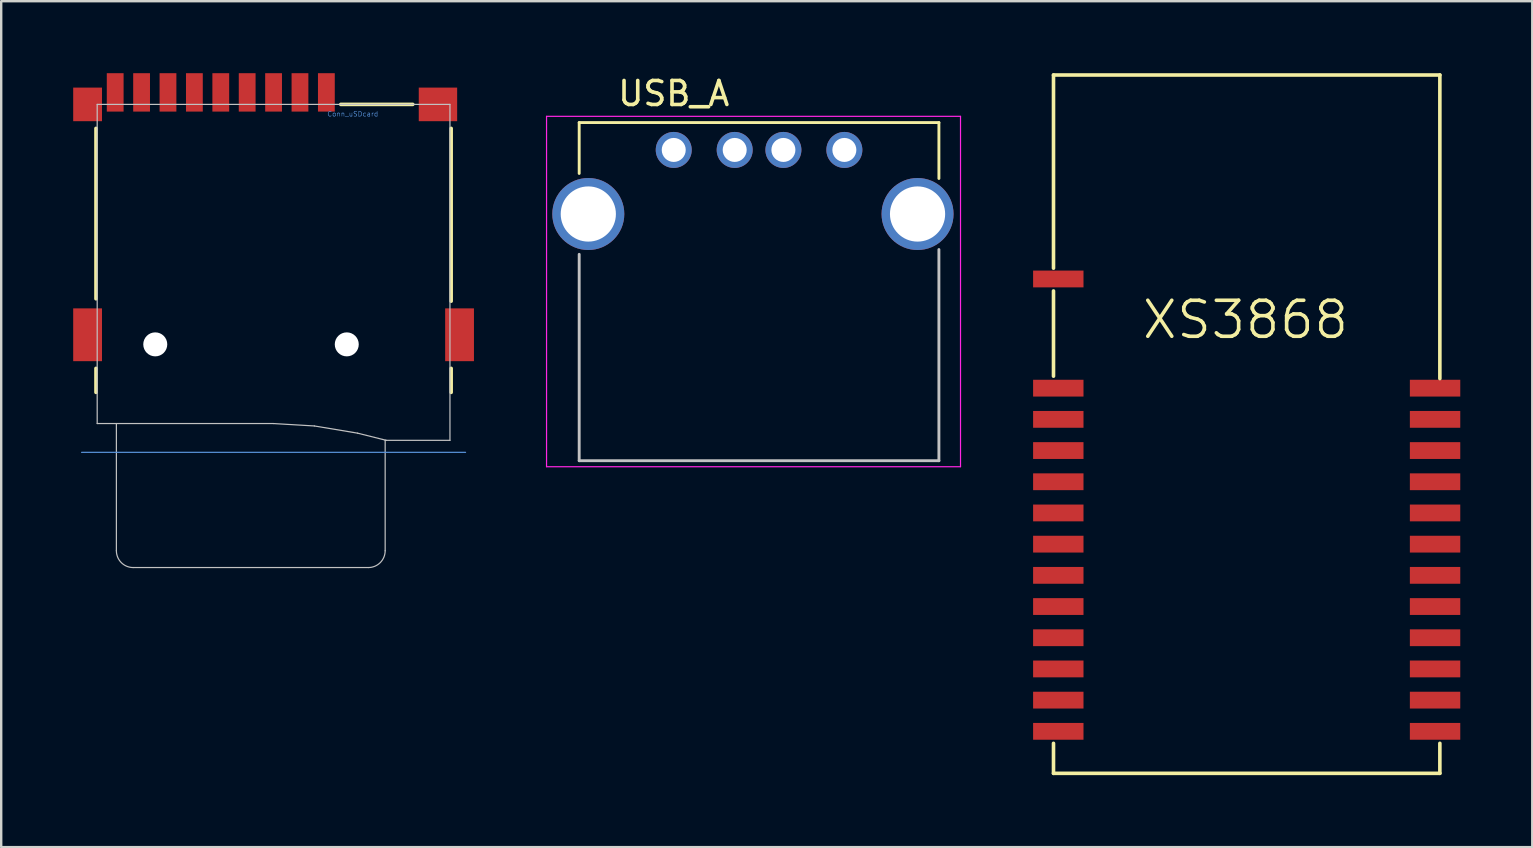
<source format=kicad_pcb>
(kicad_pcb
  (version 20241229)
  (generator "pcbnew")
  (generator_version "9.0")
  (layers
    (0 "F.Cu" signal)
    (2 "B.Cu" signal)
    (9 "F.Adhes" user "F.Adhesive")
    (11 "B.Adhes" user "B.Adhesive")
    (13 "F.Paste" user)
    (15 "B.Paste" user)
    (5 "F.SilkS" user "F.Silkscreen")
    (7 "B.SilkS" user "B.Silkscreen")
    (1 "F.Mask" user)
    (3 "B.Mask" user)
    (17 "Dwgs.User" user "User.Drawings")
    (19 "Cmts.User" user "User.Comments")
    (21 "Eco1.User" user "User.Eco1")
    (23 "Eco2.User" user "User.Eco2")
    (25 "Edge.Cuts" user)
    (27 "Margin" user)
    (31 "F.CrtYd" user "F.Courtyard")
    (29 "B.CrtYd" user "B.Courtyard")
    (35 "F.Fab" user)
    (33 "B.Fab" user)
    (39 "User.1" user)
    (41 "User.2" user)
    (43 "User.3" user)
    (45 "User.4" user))
  (footprint "Conn_uSDcard"
    (layer "F.Cu")
    (at 8.35 11.3)
    (property "Reference" "Conn_uSDcard" (at 3.3 -9.6 180) (layer "Cmts.User") (effects (font (size 0.2 0.2) (thickness 0.02))))
    (attr through_hole)
    (fp_line (start -7.4 -1.9) (end -7.4 -9) (stroke (width 0.15) (type solid)) (layer "F.SilkS"))
    (fp_line (start -7.4 2) (end -7.4 1) (stroke (width 0.15) (type solid)) (layer "F.SilkS"))
    (fp_line (start 2.8 -10) (end 5.8 -10) (stroke (width 0.15) (type solid)) (layer "F.SilkS"))
    (fp_line (start 7.4 -9) (end 7.4 -1.8) (stroke (width 0.15) (type solid)) (layer "F.SilkS"))
    (fp_line (start 7.4 1) (end 7.4 2) (stroke (width 0.15) (type solid)) (layer "F.SilkS"))
    (fp_line (start -7.35 -10) (end -7.35 3.3) (stroke (width 0.05) (type solid)) (layer "Dwgs.User"))
    (fp_line (start -7.35 -10) (end 7.35 -10) (stroke (width 0.05) (type solid)) (layer "Dwgs.User"))
    (fp_line (start -7.35 3.3) (end 0 3.3) (stroke (width 0.05) (type solid)) (layer "Dwgs.User"))
    (fp_line (start -6.55 8.6) (end -6.55 3.3) (stroke (width 0.05) (type solid)) (layer "Dwgs.User"))
    (fp_line (start -5.85 9.3) (end 3.95 9.3) (stroke (width 0.05) (type solid)) (layer "Dwgs.User"))
    (fp_line (start 0 3.3) (end 1.7 3.4) (stroke (width 0.05) (type solid)) (layer "Dwgs.User"))
    (fp_line (start 1.7 3.4) (end 3.5 3.7) (stroke (width 0.05) (type solid)) (layer "Dwgs.User"))
    (fp_line (start 3.5 3.7) (end 4.7 4) (stroke (width 0.05) (type solid)) (layer "Dwgs.User"))
    (fp_line (start 4.65 4) (end 7.35 4) (stroke (width 0.05) (type solid)) (layer "Dwgs.User"))
    (fp_line (start 4.65 8.6) (end 4.65 4) (stroke (width 0.05) (type solid)) (layer "Dwgs.User"))
    (fp_line (start 7.35 -10) (end 7.35 4) (stroke (width 0.05) (type solid)) (layer "Dwgs.User"))
    (fp_arc (start -5.85 9.3) (mid -6.344975 9.094975) (end -6.55 8.6) (stroke (width 0.05) (type solid)) (layer "Dwgs.User"))
    (fp_arc (start 4.65 8.6) (mid 4.444975 9.094975) (end 3.95 9.3) (stroke (width 0.05) (type solid)) (layer "Dwgs.User"))
    (fp_line (start 8 4.5) (end -8 4.5) (stroke (width 0.05) (type solid)) (layer "Cmts.User"))
    (pad "" np_thru_hole circle (at -4.93 0) (size 1 1) (drill 1) (layers "*.Cu"))
    (pad "" np_thru_hole circle (at 3.05 0) (size 1 1) (drill 1) (layers "*.Cu"))
    (pad "1" smd rect (at 2.2 -10.5) (size 0.7 1.6) (layers "F.Cu" "F.Mask" "F.Paste"))
    (pad "2" smd rect (at 1.1 -10.5) (size 0.7 1.6) (layers "F.Cu" "F.Mask" "F.Paste"))
    (pad "3" smd rect (at 0 -10.5) (size 0.7 1.6) (layers "F.Cu" "F.Mask" "F.Paste"))
    (pad "4" smd rect (at -1.1 -10.5) (size 0.7 1.6) (layers "F.Cu" "F.Mask" "F.Paste"))
    (pad "5" smd rect (at -2.2 -10.5) (size 0.7 1.6) (layers "F.Cu" "F.Mask" "F.Paste"))
    (pad "6" smd rect (at -7.75 -10) (size 1.2 1.4) (layers "F.Cu" "F.Mask" "F.Paste"))
    (pad "6" smd rect (at -7.75 -0.4) (size 1.2 2.2) (layers "F.Cu" "F.Mask" "F.Paste"))
    (pad "6" smd rect (at -3.3 -10.5) (size 0.7 1.6) (layers "F.Cu" "F.Mask" "F.Paste"))
    (pad "6" smd rect (at 6.85 -10) (size 1.6 1.4) (layers "F.Cu" "F.Mask" "F.Paste"))
    (pad "6" smd rect (at 7.75 -0.4) (size 1.2 2.2) (layers "F.Cu" "F.Mask" "F.Paste"))
    (pad "7" smd rect (at -4.4 -10.5) (size 0.7 1.6) (layers "F.Cu" "F.Mask" "F.Paste"))
    (pad "8" smd rect (at -5.5 -10.5) (size 0.7 1.6) (layers "F.Cu" "F.Mask" "F.Paste"))
    (pad "9" smd rect (at -6.6 -10.5) (size 0.7 1.6) (layers "F.Cu" "F.Mask" "F.Paste")))
  (footprint "XS3868"
    (layer "F.Cu")
    (at 41.05 28.975)
    (property "Reference" "XS3868" (at 7.8 -18.7 0) (layer "F.SilkS") (effects (font (size 1.5 1.5) (thickness 0.15))))
    (attr through_hole)
    (fp_line (start -0.2 -28.9) (end -0.2 -20.85) (stroke (width 0.15) (type solid)) (layer "F.SilkS"))
    (fp_line (start -0.2 -19.9) (end -0.2 -16.35) (stroke (width 0.15) (type solid)) (layer "F.SilkS"))
    (fp_line (start -0.2 -1.05) (end -0.2 0.2) (stroke (width 0.15) (type solid)) (layer "F.SilkS"))
    (fp_line (start -0.2 0.2) (end 15.9 0.2) (stroke (width 0.15) (type solid)) (layer "F.SilkS"))
    (fp_line (start 15.9 -28.9) (end -0.2 -28.9) (stroke (width 0.15) (type solid)) (layer "F.SilkS"))
    (fp_line (start 15.9 -16.25) (end 15.9 -28.9) (stroke (width 0.15) (type solid)) (layer "F.SilkS"))
    (fp_line (start 15.9 0.2) (end 15.9 -1.05) (stroke (width 0.15) (type solid)) (layer "F.SilkS"))
    (pad "1" smd rect (at 0 -20.4) (size 2.1 0.7) (layers "F.Cu" "F.Mask" "F.Paste"))
    (pad "2" smd rect (at 0 -15.85) (size 2.1 0.7) (layers "F.Cu" "F.Mask" "F.Paste"))
    (pad "3" smd rect (at 0 -14.55) (size 2.1 0.7) (layers "F.Cu" "F.Mask" "F.Paste"))
    (pad "4" smd rect (at 0 -13.25) (size 2.1 0.7) (layers "F.Cu" "F.Mask" "F.Paste"))
    (pad "5" smd rect (at 0 -11.95) (size 2.1 0.7) (layers "F.Cu" "F.Mask" "F.Paste"))
    (pad "6" smd rect (at 0 -10.65) (size 2.1 0.7) (layers "F.Cu" "F.Mask" "F.Paste"))
    (pad "7" smd rect (at 0 -9.35) (size 2.1 0.7) (layers "F.Cu" "F.Mask" "F.Paste"))
    (pad "8" smd rect (at 0 -8.05) (size 2.1 0.7) (layers "F.Cu" "F.Mask" "F.Paste"))
    (pad "9" smd rect (at 0 -6.75) (size 2.1 0.7) (layers "F.Cu" "F.Mask" "F.Paste"))
    (pad "10" smd rect (at 0 -5.45) (size 2.1 0.7) (layers "F.Cu" "F.Mask" "F.Paste"))
    (pad "11" smd rect (at 0 -4.15) (size 2.1 0.7) (layers "F.Cu" "F.Mask" "F.Paste"))
    (pad "12" smd rect (at 0 -2.85) (size 2.1 0.7) (layers "F.Cu" "F.Mask" "F.Paste"))
    (pad "13" smd rect (at 0 -1.55) (size 2.1 0.7) (layers "F.Cu" "F.Mask" "F.Paste"))
    (pad "14" smd rect (at 15.7 -1.55) (size 2.1 0.7) (layers "F.Cu" "F.Mask" "F.Paste"))
    (pad "15" smd rect (at 15.7 -2.85) (size 2.1 0.7) (layers "F.Cu" "F.Mask" "F.Paste"))
    (pad "16" smd rect (at 15.7 -4.15) (size 2.1 0.7) (layers "F.Cu" "F.Mask" "F.Paste"))
    (pad "17" smd rect (at 15.7 -5.45) (size 2.1 0.7) (layers "F.Cu" "F.Mask" "F.Paste"))
    (pad "18" smd rect (at 15.7 -6.75) (size 2.1 0.7) (layers "F.Cu" "F.Mask" "F.Paste"))
    (pad "19" smd rect (at 15.7 -8.05) (size 2.1 0.7) (layers "F.Cu" "F.Mask" "F.Paste"))
    (pad "20" smd rect (at 15.7 -9.35) (size 2.1 0.7) (layers "F.Cu" "F.Mask" "F.Paste"))
    (pad "21" smd rect (at 15.7 -10.65) (size 2.1 0.7) (layers "F.Cu" "F.Mask" "F.Paste"))
    (pad "22" smd rect (at 15.7 -11.95) (size 2.1 0.7) (layers "F.Cu" "F.Mask" "F.Paste"))
    (pad "23" smd rect (at 15.7 -13.25) (size 2.1 0.7) (layers "F.Cu" "F.Mask" "F.Paste"))
    (pad "24" smd rect (at 15.7 -14.55) (size 2.1 0.7) (layers "F.Cu" "F.Mask" "F.Paste"))
    (pad "25" smd rect (at 15.7 -15.85) (size 2.1 0.7) (layers "F.Cu" "F.Mask" "F.Paste")))
  (footprint "USB_A"
    (layer "F.Cu")
    (at 25.025 3.198)
    (property "Reference" "USB_A" (at 0 -2.35 0) (layer "F.SilkS") (effects (font (size 1 1) (thickness 0.15))))
    (attr through_hole)
    (fp_line (start -3.94 -1.14) (end -3.94 0.98) (stroke (width 0.12) (type solid)) (layer "F.SilkS"))
    (fp_line (start 11.05 -1.14) (end -3.94 -1.14) (stroke (width 0.12) (type solid)) (layer "F.SilkS"))
    (fp_line (start 11.05 -1.14) (end 11.05 1.19) (stroke (width 0.12) (type solid)) (layer "F.SilkS"))
    (fp_line (start -3.94 4.35) (end -3.94 12.95) (stroke (width 0.12) (type solid)) (layer "Dwgs.User"))
    (fp_line (start 11.05 4.15) (end 11.05 12.95) (stroke (width 0.12) (type solid)) (layer "Dwgs.User"))
    (fp_line (start 11.05 12.95) (end -3.94 12.95) (stroke (width 0.12) (type solid)) (layer "Dwgs.User"))
    (fp_line (start -5.3 -1.4) (end 11.95 -1.4) (stroke (width 0.05) (type solid)) (layer "F.CrtYd"))
    (fp_line (start -5.3 13.2) (end -5.3 -1.4) (stroke (width 0.05) (type solid)) (layer "F.CrtYd"))
    (fp_line (start -5.3 13.2) (end 11.95 13.2) (stroke (width 0.05) (type solid)) (layer "F.CrtYd"))
    (fp_line (start 11.95 -1.4) (end 11.95 13.2) (stroke (width 0.05) (type solid)) (layer "F.CrtYd"))
    (pad "1" thru_hole circle (at 0 0 270) (size 1.5 1.5) (drill 1) (layers "*.Cu" "*.Mask"))
    (pad "2" thru_hole circle (at 2.54 0 270) (size 1.5 1.5) (drill 1) (layers "*.Cu" "*.Mask"))
    (pad "3" thru_hole circle (at 4.57 0 270) (size 1.5 1.5) (drill 1) (layers "*.Cu" "*.Mask"))
    (pad "4" thru_hole circle (at 7.11 0 270) (size 1.5 1.5) (drill 1) (layers "*.Cu" "*.Mask"))
    (pad "5" thru_hole circle (at -3.56 2.67 270) (size 3 3) (drill 2.3) (layers "*.Cu" "*.Mask"))
    (pad "5" thru_hole circle (at 10.16 2.67 270) (size 3 3) (drill 2.3) (layers "*.Cu" "*.Mask")))
  (gr_rect
    (start -3 -3)
    (end 60.8 32.25)
    (stroke (width 0.1) (type default))
    (fill no)
    (layer "Edge.Cuts")))
</source>
